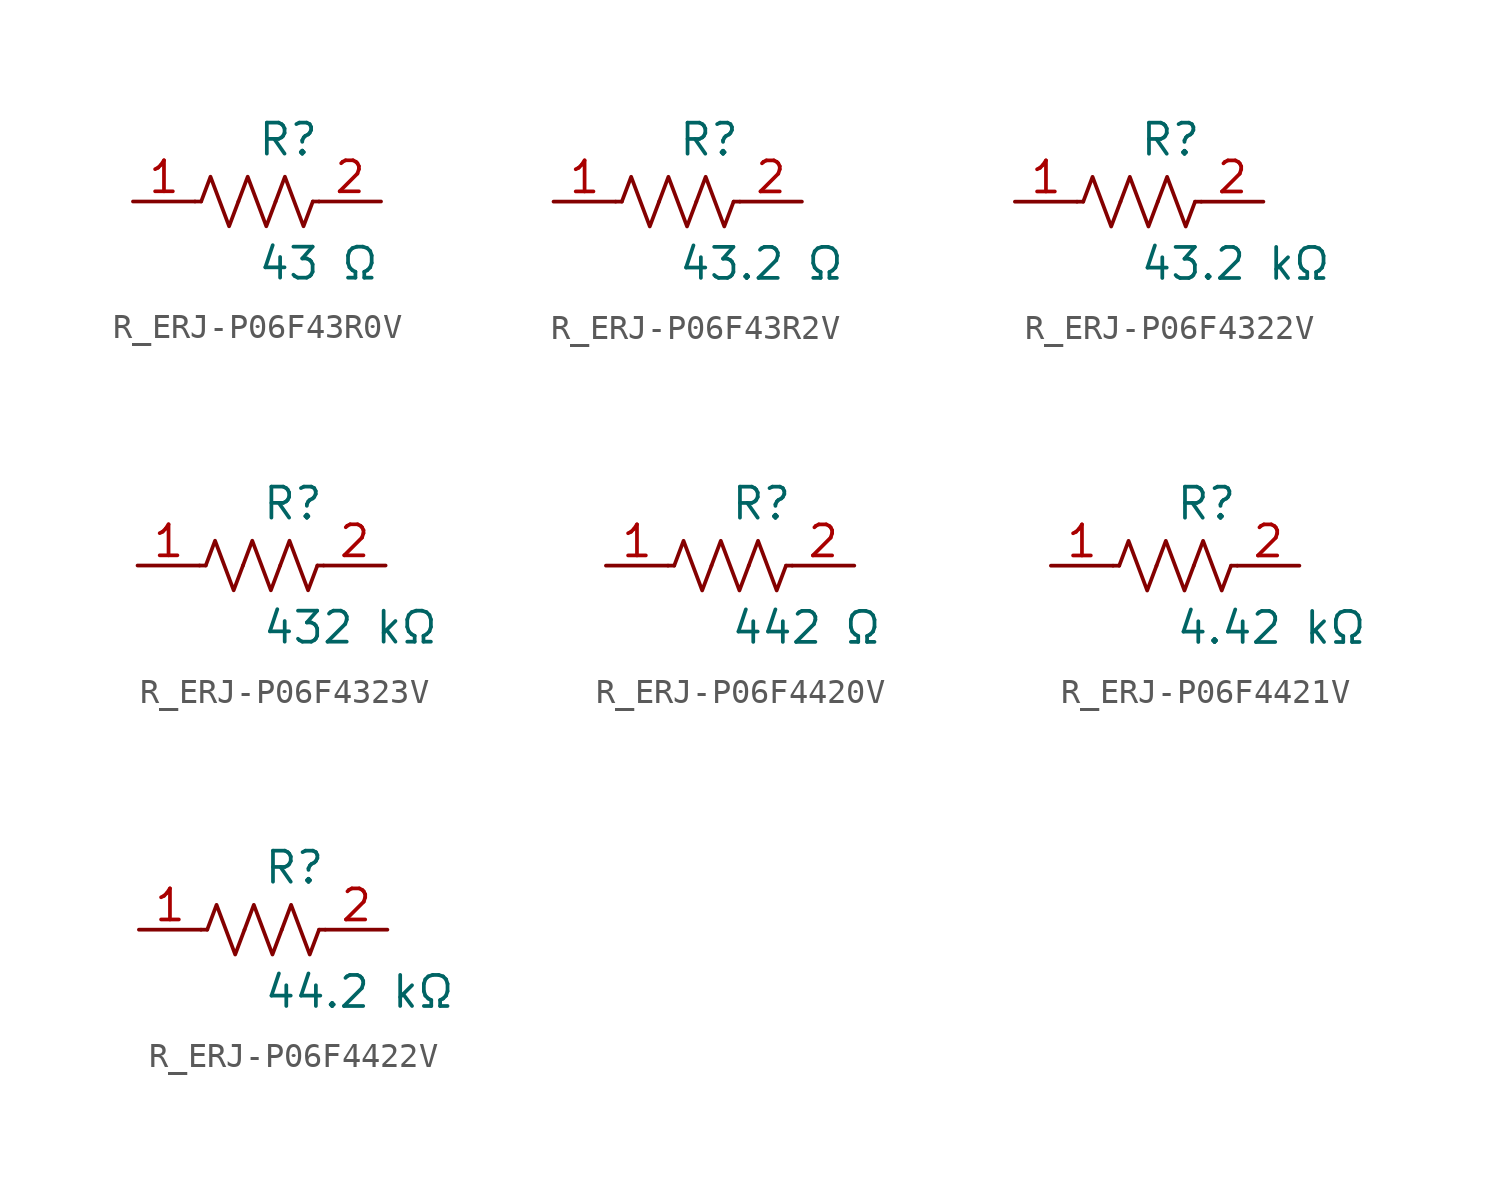
<source format=kicad_sym>
(kicad_symbol_lib
  (version 20231120)
  (generator kicad_symbol_editor)
  (generator_version 8.0)
  (symbol "R_ERJ-P06F43R0V"
    (pin_names
      (offset 0.254))
    (property "Reference" "R"
      (at 0.0 2.54 0)
      (effects (font (size 1.27 1.27)) (justify left)))
    (property "Value" "43 Ω"
      (at 0.0 -2.54 0)
      (effects (font (size 1.27 1.27)) (justify left)))
    (symbol "R_ERJ-P06F43R0V_0_1"
      (polyline (pts (xy 2.286 0) (xy 2.54 0)) (stroke (width 0) (type default)) (fill (type none)))
      (polyline (pts (xy -2.286 0) (xy -2.54 0)) (stroke (width 0) (type default)) (fill (type none)))
      (polyline (pts (xy 0.762 0) (xy 1.143 1.016) (xy 1.524 0) (xy 1.905 -1.016) (xy 2.286 0)) (stroke (width 0) (type default)) (fill (type none)))
      (polyline (pts (xy -0.762 0) (xy -0.381 1.016) (xy 0 0) (xy 0.381 -1.016) (xy 0.762 0)) (stroke (width 0) (type default)) (fill (type none)))
      (polyline (pts (xy -2.286 0) (xy -1.905 1.016) (xy -1.524 0) (xy -1.143 -1.016) (xy -0.762 0)) (stroke (width 0) (type default)) (fill (type none))))
    (pin unspecified line
      (at -5.08 0 0)
      (length 2.54)
      (name "" (effects (font (size 1.27 1.27))))
      (number "1" (effects (font (size 1.27 1.27)))))
    (pin unspecified line
      (at 5.08 0 180)
      (length 2.54)
      (name "" (effects (font (size 1.27 1.27))))
      (number "2" (effects (font (size 1.27 1.27))))))
  (symbol "R_ERJ-P06F43R2V"
    (pin_names
      (offset 0.254))
    (property "Reference" "R"
      (at 0.0 2.54 0)
      (effects (font (size 1.27 1.27)) (justify left)))
    (property "Value" "43.2 Ω"
      (at 0.0 -2.54 0)
      (effects (font (size 1.27 1.27)) (justify left)))
    (symbol "R_ERJ-P06F43R2V_0_1"
      (polyline (pts (xy 2.286 0) (xy 2.54 0)) (stroke (width 0) (type default)) (fill (type none)))
      (polyline (pts (xy -2.286 0) (xy -2.54 0)) (stroke (width 0) (type default)) (fill (type none)))
      (polyline (pts (xy 0.762 0) (xy 1.143 1.016) (xy 1.524 0) (xy 1.905 -1.016) (xy 2.286 0)) (stroke (width 0) (type default)) (fill (type none)))
      (polyline (pts (xy -0.762 0) (xy -0.381 1.016) (xy 0 0) (xy 0.381 -1.016) (xy 0.762 0)) (stroke (width 0) (type default)) (fill (type none)))
      (polyline (pts (xy -2.286 0) (xy -1.905 1.016) (xy -1.524 0) (xy -1.143 -1.016) (xy -0.762 0)) (stroke (width 0) (type default)) (fill (type none))))
    (pin unspecified line
      (at -5.08 0 0)
      (length 2.54)
      (name "" (effects (font (size 1.27 1.27))))
      (number "1" (effects (font (size 1.27 1.27)))))
    (pin unspecified line
      (at 5.08 0 180)
      (length 2.54)
      (name "" (effects (font (size 1.27 1.27))))
      (number "2" (effects (font (size 1.27 1.27))))))
  (symbol "R_ERJ-P06F4322V"
    (pin_names
      (offset 0.254))
    (property "Reference" "R"
      (at 0.0 2.54 0)
      (effects (font (size 1.27 1.27)) (justify left)))
    (property "Value" "43.2 kΩ"
      (at 0.0 -2.54 0)
      (effects (font (size 1.27 1.27)) (justify left)))
    (symbol "R_ERJ-P06F4322V_0_1"
      (polyline (pts (xy 2.286 0) (xy 2.54 0)) (stroke (width 0) (type default)) (fill (type none)))
      (polyline (pts (xy -2.286 0) (xy -2.54 0)) (stroke (width 0) (type default)) (fill (type none)))
      (polyline (pts (xy 0.762 0) (xy 1.143 1.016) (xy 1.524 0) (xy 1.905 -1.016) (xy 2.286 0)) (stroke (width 0) (type default)) (fill (type none)))
      (polyline (pts (xy -0.762 0) (xy -0.381 1.016) (xy 0 0) (xy 0.381 -1.016) (xy 0.762 0)) (stroke (width 0) (type default)) (fill (type none)))
      (polyline (pts (xy -2.286 0) (xy -1.905 1.016) (xy -1.524 0) (xy -1.143 -1.016) (xy -0.762 0)) (stroke (width 0) (type default)) (fill (type none))))
    (pin unspecified line
      (at -5.08 0 0)
      (length 2.54)
      (name "" (effects (font (size 1.27 1.27))))
      (number "1" (effects (font (size 1.27 1.27)))))
    (pin unspecified line
      (at 5.08 0 180)
      (length 2.54)
      (name "" (effects (font (size 1.27 1.27))))
      (number "2" (effects (font (size 1.27 1.27))))))
  (symbol "R_ERJ-P06F4323V"
    (pin_names
      (offset 0.254))
    (property "Reference" "R"
      (at 0.0 2.54 0)
      (effects (font (size 1.27 1.27)) (justify left)))
    (property "Value" "432 kΩ"
      (at 0.0 -2.54 0)
      (effects (font (size 1.27 1.27)) (justify left)))
    (symbol "R_ERJ-P06F4323V_0_1"
      (polyline (pts (xy 2.286 0) (xy 2.54 0)) (stroke (width 0) (type default)) (fill (type none)))
      (polyline (pts (xy -2.286 0) (xy -2.54 0)) (stroke (width 0) (type default)) (fill (type none)))
      (polyline (pts (xy 0.762 0) (xy 1.143 1.016) (xy 1.524 0) (xy 1.905 -1.016) (xy 2.286 0)) (stroke (width 0) (type default)) (fill (type none)))
      (polyline (pts (xy -0.762 0) (xy -0.381 1.016) (xy 0 0) (xy 0.381 -1.016) (xy 0.762 0)) (stroke (width 0) (type default)) (fill (type none)))
      (polyline (pts (xy -2.286 0) (xy -1.905 1.016) (xy -1.524 0) (xy -1.143 -1.016) (xy -0.762 0)) (stroke (width 0) (type default)) (fill (type none))))
    (pin unspecified line
      (at -5.08 0 0)
      (length 2.54)
      (name "" (effects (font (size 1.27 1.27))))
      (number "1" (effects (font (size 1.27 1.27)))))
    (pin unspecified line
      (at 5.08 0 180)
      (length 2.54)
      (name "" (effects (font (size 1.27 1.27))))
      (number "2" (effects (font (size 1.27 1.27))))))
  (symbol "R_ERJ-P06F4420V"
    (pin_names
      (offset 0.254))
    (property "Reference" "R"
      (at 0.0 2.54 0)
      (effects (font (size 1.27 1.27)) (justify left)))
    (property "Value" "442 Ω"
      (at 0.0 -2.54 0)
      (effects (font (size 1.27 1.27)) (justify left)))
    (symbol "R_ERJ-P06F4420V_0_1"
      (polyline (pts (xy 2.286 0) (xy 2.54 0)) (stroke (width 0) (type default)) (fill (type none)))
      (polyline (pts (xy -2.286 0) (xy -2.54 0)) (stroke (width 0) (type default)) (fill (type none)))
      (polyline (pts (xy 0.762 0) (xy 1.143 1.016) (xy 1.524 0) (xy 1.905 -1.016) (xy 2.286 0)) (stroke (width 0) (type default)) (fill (type none)))
      (polyline (pts (xy -0.762 0) (xy -0.381 1.016) (xy 0 0) (xy 0.381 -1.016) (xy 0.762 0)) (stroke (width 0) (type default)) (fill (type none)))
      (polyline (pts (xy -2.286 0) (xy -1.905 1.016) (xy -1.524 0) (xy -1.143 -1.016) (xy -0.762 0)) (stroke (width 0) (type default)) (fill (type none))))
    (pin unspecified line
      (at -5.08 0 0)
      (length 2.54)
      (name "" (effects (font (size 1.27 1.27))))
      (number "1" (effects (font (size 1.27 1.27)))))
    (pin unspecified line
      (at 5.08 0 180)
      (length 2.54)
      (name "" (effects (font (size 1.27 1.27))))
      (number "2" (effects (font (size 1.27 1.27))))))
  (symbol "R_ERJ-P06F4421V"
    (pin_names
      (offset 0.254))
    (property "Reference" "R"
      (at 0.0 2.54 0)
      (effects (font (size 1.27 1.27)) (justify left)))
    (property "Value" "4.42 kΩ"
      (at 0.0 -2.54 0)
      (effects (font (size 1.27 1.27)) (justify left)))
    (symbol "R_ERJ-P06F4421V_0_1"
      (polyline (pts (xy 2.286 0) (xy 2.54 0)) (stroke (width 0) (type default)) (fill (type none)))
      (polyline (pts (xy -2.286 0) (xy -2.54 0)) (stroke (width 0) (type default)) (fill (type none)))
      (polyline (pts (xy 0.762 0) (xy 1.143 1.016) (xy 1.524 0) (xy 1.905 -1.016) (xy 2.286 0)) (stroke (width 0) (type default)) (fill (type none)))
      (polyline (pts (xy -0.762 0) (xy -0.381 1.016) (xy 0 0) (xy 0.381 -1.016) (xy 0.762 0)) (stroke (width 0) (type default)) (fill (type none)))
      (polyline (pts (xy -2.286 0) (xy -1.905 1.016) (xy -1.524 0) (xy -1.143 -1.016) (xy -0.762 0)) (stroke (width 0) (type default)) (fill (type none))))
    (pin unspecified line
      (at -5.08 0 0)
      (length 2.54)
      (name "" (effects (font (size 1.27 1.27))))
      (number "1" (effects (font (size 1.27 1.27)))))
    (pin unspecified line
      (at 5.08 0 180)
      (length 2.54)
      (name "" (effects (font (size 1.27 1.27))))
      (number "2" (effects (font (size 1.27 1.27))))))
  (symbol "R_ERJ-P06F4422V"
    (pin_names
      (offset 0.254))
    (property "Reference" "R"
      (at 0.0 2.54 0)
      (effects (font (size 1.27 1.27)) (justify left)))
    (property "Value" "44.2 kΩ"
      (at 0.0 -2.54 0)
      (effects (font (size 1.27 1.27)) (justify left)))
    (symbol "R_ERJ-P06F4422V_0_1"
      (polyline (pts (xy 2.286 0) (xy 2.54 0)) (stroke (width 0) (type default)) (fill (type none)))
      (polyline (pts (xy -2.286 0) (xy -2.54 0)) (stroke (width 0) (type default)) (fill (type none)))
      (polyline (pts (xy 0.762 0) (xy 1.143 1.016) (xy 1.524 0) (xy 1.905 -1.016) (xy 2.286 0)) (stroke (width 0) (type default)) (fill (type none)))
      (polyline (pts (xy -0.762 0) (xy -0.381 1.016) (xy 0 0) (xy 0.381 -1.016) (xy 0.762 0)) (stroke (width 0) (type default)) (fill (type none)))
      (polyline (pts (xy -2.286 0) (xy -1.905 1.016) (xy -1.524 0) (xy -1.143 -1.016) (xy -0.762 0)) (stroke (width 0) (type default)) (fill (type none))))
    (pin unspecified line
      (at -5.08 0 0)
      (length 2.54)
      (name "" (effects (font (size 1.27 1.27))))
      (number "1" (effects (font (size 1.27 1.27)))))
    (pin unspecified line
      (at 5.08 0 180)
      (length 2.54)
      (name "" (effects (font (size 1.27 1.27))))
      (number "2" (effects (font (size 1.27 1.27)))))))
</source>
